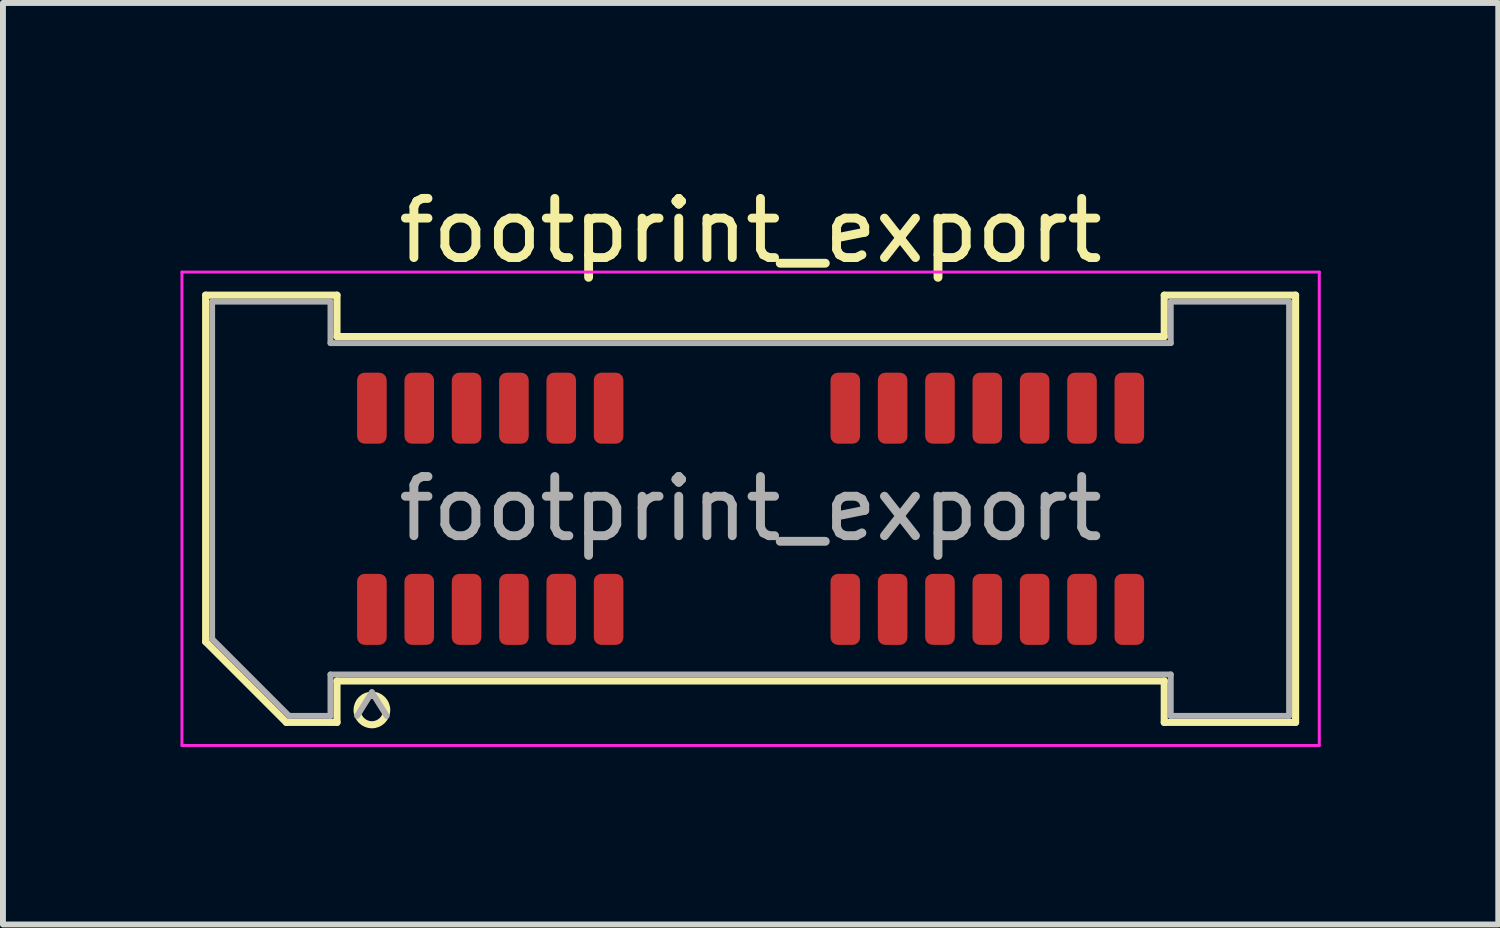
<source format=kicad_pcb>
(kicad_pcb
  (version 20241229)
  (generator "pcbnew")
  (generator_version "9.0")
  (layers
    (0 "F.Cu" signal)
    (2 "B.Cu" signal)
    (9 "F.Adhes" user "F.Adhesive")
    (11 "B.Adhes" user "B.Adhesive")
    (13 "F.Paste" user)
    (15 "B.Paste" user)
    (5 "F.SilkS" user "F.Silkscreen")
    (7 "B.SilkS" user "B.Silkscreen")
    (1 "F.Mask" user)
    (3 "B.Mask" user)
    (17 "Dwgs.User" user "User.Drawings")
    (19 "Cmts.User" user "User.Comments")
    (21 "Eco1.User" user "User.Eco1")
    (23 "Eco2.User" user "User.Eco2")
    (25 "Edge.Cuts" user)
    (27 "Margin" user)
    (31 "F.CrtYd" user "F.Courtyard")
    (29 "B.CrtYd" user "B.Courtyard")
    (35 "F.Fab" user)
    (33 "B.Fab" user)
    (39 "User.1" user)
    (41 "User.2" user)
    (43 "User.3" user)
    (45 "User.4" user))
  (footprint "footprint_export"
    (layer "F.Cu")
    (at 9.635 5.548)
    (property "Reference" "footprint_export" (at 0 -4.7 0) (layer "F.SilkS") (effects (font (size 1 1) (thickness 0.15))))
    (attr smd)
    (fp_line (start -9.21 -3.61) (end -6.99 -3.61) (stroke (width 0.12) (type solid)) (layer "F.SilkS"))
    (fp_line (start -9.21 2.246) (end -9.21 -3.61) (stroke (width 0.12) (type solid)) (layer "F.SilkS"))
    (fp_line (start -7.846 3.61) (end -9.21 2.246) (stroke (width 0.12) (type solid)) (layer "F.SilkS"))
    (fp_line (start -6.99 -3.61) (end -6.99 -2.91) (stroke (width 0.12) (type solid)) (layer "F.SilkS"))
    (fp_line (start -6.99 -2.91) (end 6.99 -2.91) (stroke (width 0.12) (type solid)) (layer "F.SilkS"))
    (fp_line (start -6.99 2.91) (end -6.99 3.61) (stroke (width 0.12) (type solid)) (layer "F.SilkS"))
    (fp_line (start -6.99 3.61) (end -7.846 3.61) (stroke (width 0.12) (type solid)) (layer "F.SilkS"))
    (fp_line (start 6.99 -3.61) (end 9.21 -3.61) (stroke (width 0.12) (type solid)) (layer "F.SilkS"))
    (fp_line (start 6.99 -2.91) (end 6.99 -3.61) (stroke (width 0.12) (type solid)) (layer "F.SilkS"))
    (fp_line (start 6.99 2.91) (end -6.99 2.91) (stroke (width 0.12) (type solid)) (layer "F.SilkS"))
    (fp_line (start 6.99 3.61) (end 6.99 2.91) (stroke (width 0.12) (type solid)) (layer "F.SilkS"))
    (fp_line (start 9.21 -3.61) (end 9.21 3.61) (stroke (width 0.12) (type solid)) (layer "F.SilkS"))
    (fp_line (start 9.21 3.61) (end 6.99 3.61) (stroke (width 0.12) (type solid)) (layer "F.SilkS"))
    (fp_arc (start -6.15 3.4) (mid -6.65 3.4) (end -6.15 3.4) (stroke (width 0.12) (type solid)) (layer "F.SilkS"))
    (fp_line (start -9.61 -4) (end -9.61 4) (stroke (width 0.05) (type solid)) (layer "F.CrtYd"))
    (fp_line (start -9.61 4) (end 9.61 4) (stroke (width 0.05) (type solid)) (layer "F.CrtYd"))
    (fp_line (start 9.61 -4) (end -9.61 -4) (stroke (width 0.05) (type solid)) (layer "F.CrtYd"))
    (fp_line (start 9.61 4) (end 9.61 -4) (stroke (width 0.05) (type solid)) (layer "F.CrtYd"))
    (fp_line (start -9.1 -3.5) (end -7.1 -3.5) (stroke (width 0.1) (type solid)) (layer "F.Fab"))
    (fp_line (start -9.1 2.2) (end -9.1 -3.5) (stroke (width 0.1) (type solid)) (layer "F.Fab"))
    (fp_line (start -7.8 3.5) (end -9.1 2.2) (stroke (width 0.1) (type solid)) (layer "F.Fab"))
    (fp_line (start -7.1 -3.5) (end -7.1 -2.8) (stroke (width 0.1) (type solid)) (layer "F.Fab"))
    (fp_line (start -7.1 -2.8) (end 7.1 -2.8) (stroke (width 0.1) (type solid)) (layer "F.Fab"))
    (fp_line (start -7.1 2.8) (end -7.1 3.5) (stroke (width 0.1) (type solid)) (layer "F.Fab"))
    (fp_line (start -7.1 3.5) (end -7.8 3.5) (stroke (width 0.1) (type solid)) (layer "F.Fab"))
    (fp_line (start -6.4 3.1) (end -6.65 3.5) (stroke (width 0.1) (type solid)) (layer "F.Fab"))
    (fp_line (start -6.4 3.1) (end -6.15 3.5) (stroke (width 0.1) (type solid)) (layer "F.Fab"))
    (fp_line (start 7.1 -3.5) (end 9.1 -3.5) (stroke (width 0.1) (type solid)) (layer "F.Fab"))
    (fp_line (start 7.1 -2.8) (end 7.1 -3.5) (stroke (width 0.1) (type solid)) (layer "F.Fab"))
    (fp_line (start 7.1 2.8) (end -7.1 2.8) (stroke (width 0.1) (type solid)) (layer "F.Fab"))
    (fp_line (start 7.1 3.5) (end 7.1 2.8) (stroke (width 0.1) (type solid)) (layer "F.Fab"))
    (fp_line (start 9.1 -3.5) (end 9.1 3.5) (stroke (width 0.1) (type solid)) (layer "F.Fab"))
    (fp_line (start 9.1 3.5) (end 7.1 3.5) (stroke (width 0.1) (type solid)) (layer "F.Fab"))
    (fp_text user "${REFERENCE}" (at 0 0 0) (layer "F.Fab") (effects (font (size 1 1) (thickness 0.15))))
    (pad "1" smd roundrect (at -6.4 1.7) (size 0.5 1.2) (layers "F.Cu" "F.Mask" "F.Paste") (roundrect_rratio 0.25))
    (pad "2" smd roundrect (at -6.4 -1.7) (size 0.5 1.2) (layers "F.Cu" "F.Mask" "F.Paste") (roundrect_rratio 0.25))
    (pad "3" smd roundrect (at -5.6 1.7) (size 0.5 1.2) (layers "F.Cu" "F.Mask" "F.Paste") (roundrect_rratio 0.25))
    (pad "4" smd roundrect (at -5.6 -1.7) (size 0.5 1.2) (layers "F.Cu" "F.Mask" "F.Paste") (roundrect_rratio 0.25))
    (pad "5" smd roundrect (at -4.8 1.7) (size 0.5 1.2) (layers "F.Cu" "F.Mask" "F.Paste") (roundrect_rratio 0.25))
    (pad "6" smd roundrect (at -4.8 -1.7) (size 0.5 1.2) (layers "F.Cu" "F.Mask" "F.Paste") (roundrect_rratio 0.25))
    (pad "7" smd roundrect (at -4 1.7) (size 0.5 1.2) (layers "F.Cu" "F.Mask" "F.Paste") (roundrect_rratio 0.25))
    (pad "8" smd roundrect (at -4 -1.7) (size 0.5 1.2) (layers "F.Cu" "F.Mask" "F.Paste") (roundrect_rratio 0.25))
    (pad "9" smd roundrect (at -3.2 1.7) (size 0.5 1.2) (layers "F.Cu" "F.Mask" "F.Paste") (roundrect_rratio 0.25))
    (pad "10" smd roundrect (at -3.2 -1.7) (size 0.5 1.2) (layers "F.Cu" "F.Mask" "F.Paste") (roundrect_rratio 0.25))
    (pad "11" smd roundrect (at -2.4 1.7) (size 0.5 1.2) (layers "F.Cu" "F.Mask" "F.Paste") (roundrect_rratio 0.25))
    (pad "12" smd roundrect (at -2.4 -1.7) (size 0.5 1.2) (layers "F.Cu" "F.Mask" "F.Paste") (roundrect_rratio 0.25))
    (pad "13" smd roundrect (at 1.6 1.7) (size 0.5 1.2) (layers "F.Cu" "F.Mask" "F.Paste") (roundrect_rratio 0.25))
    (pad "14" smd roundrect (at 1.6 -1.7) (size 0.5 1.2) (layers "F.Cu" "F.Mask" "F.Paste") (roundrect_rratio 0.25))
    (pad "15" smd roundrect (at 2.4 1.7) (size 0.5 1.2) (layers "F.Cu" "F.Mask" "F.Paste") (roundrect_rratio 0.25))
    (pad "16" smd roundrect (at 2.4 -1.7) (size 0.5 1.2) (layers "F.Cu" "F.Mask" "F.Paste") (roundrect_rratio 0.25))
    (pad "17" smd roundrect (at 3.2 1.7) (size 0.5 1.2) (layers "F.Cu" "F.Mask" "F.Paste") (roundrect_rratio 0.25))
    (pad "18" smd roundrect (at 3.2 -1.7) (size 0.5 1.2) (layers "F.Cu" "F.Mask" "F.Paste") (roundrect_rratio 0.25))
    (pad "19" smd roundrect (at 4 1.7) (size 0.5 1.2) (layers "F.Cu" "F.Mask" "F.Paste") (roundrect_rratio 0.25))
    (pad "20" smd roundrect (at 4 -1.7) (size 0.5 1.2) (layers "F.Cu" "F.Mask" "F.Paste") (roundrect_rratio 0.25))
    (pad "21" smd roundrect (at 4.8 1.7) (size 0.5 1.2) (layers "F.Cu" "F.Mask" "F.Paste") (roundrect_rratio 0.25))
    (pad "22" smd roundrect (at 4.8 -1.7) (size 0.5 1.2) (layers "F.Cu" "F.Mask" "F.Paste") (roundrect_rratio 0.25))
    (pad "23" smd roundrect (at 5.6 1.7) (size 0.5 1.2) (layers "F.Cu" "F.Mask" "F.Paste") (roundrect_rratio 0.25))
    (pad "24" smd roundrect (at 5.6 -1.7) (size 0.5 1.2) (layers "F.Cu" "F.Mask" "F.Paste") (roundrect_rratio 0.25))
    (pad "25" smd roundrect (at 6.4 1.7) (size 0.5 1.2) (layers "F.Cu" "F.Mask" "F.Paste") (roundrect_rratio 0.25))
    (pad "26" smd roundrect (at 6.4 -1.7) (size 0.5 1.2) (layers "F.Cu" "F.Mask" "F.Paste") (roundrect_rratio 0.25)))
  (gr_rect
    (start -3 -3)
    (end 22.27 12.573)
    (stroke (width 0.1) (type default))
    (fill no)
    (layer "Edge.Cuts")))
</source>
